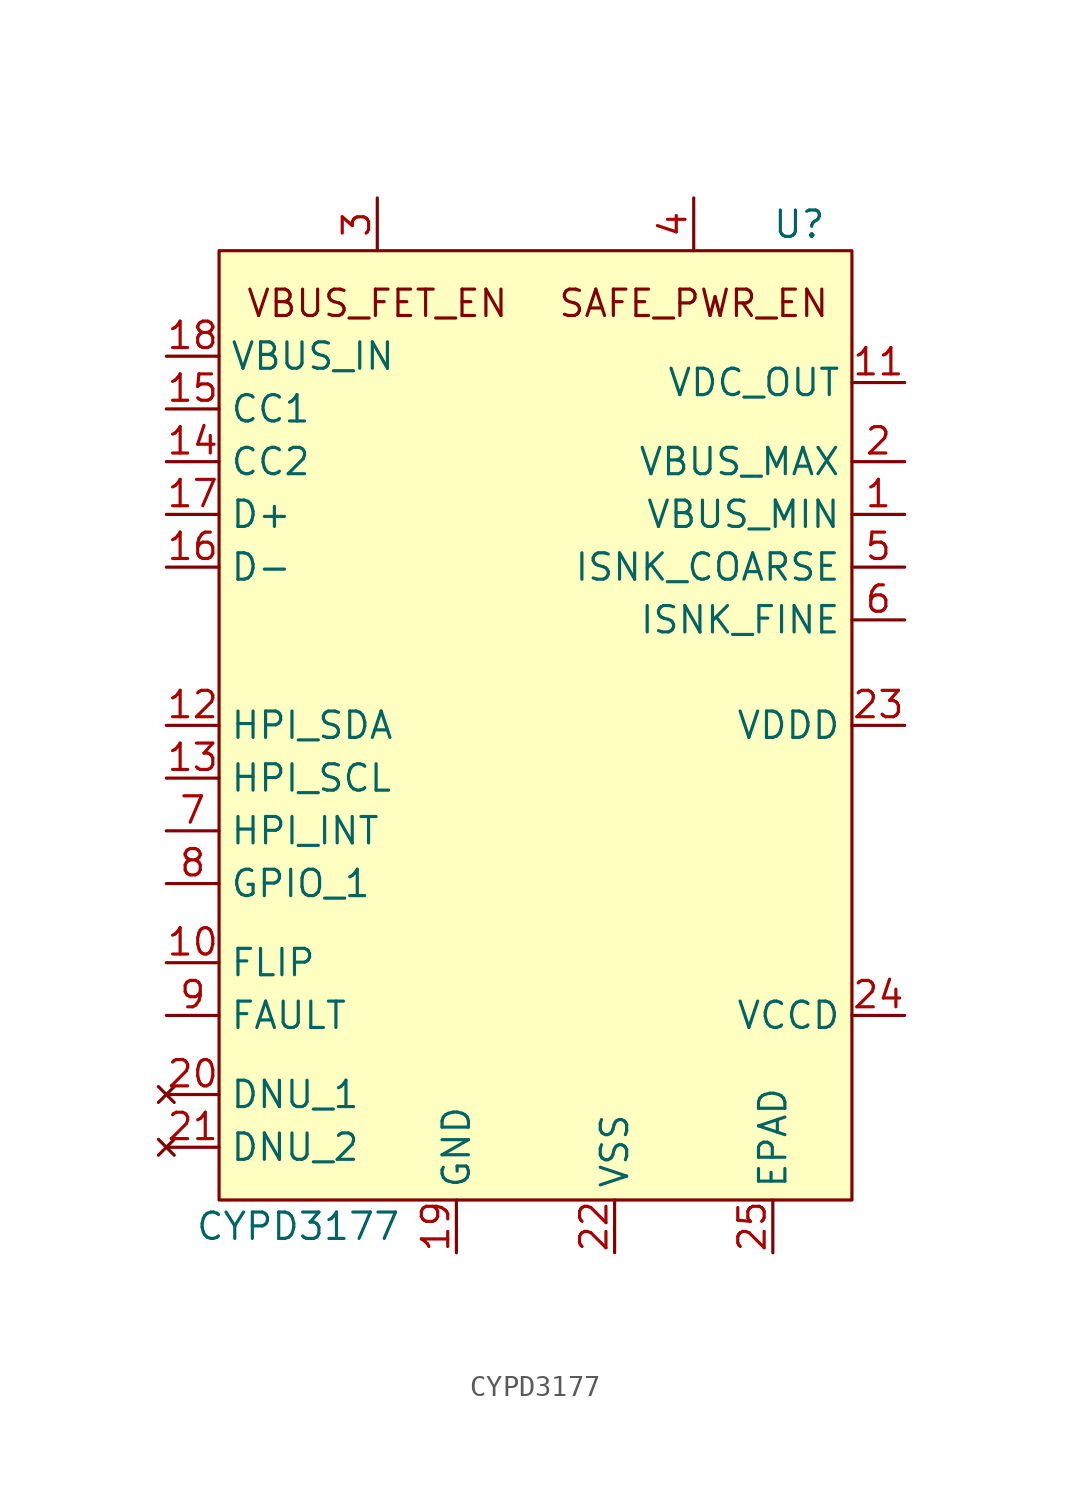
<source format=kicad_sym>
(kicad_symbol_lib
  (version 20220914)
  (generator kicad_symbol_editor)
  (symbol "CYPD3177"
    (property "Reference" "U"
      (at 12.7 24.13 0)
      (effects (font (size 1.27 1.27))))
    (property "Value" "CYPD3177"
      (at -11.43 -24.13 0)
      (effects (font (size 1.27 1.27))))
    (symbol "CYPD3177_1_0"
      (pin power_in line (at 3.81 -25.4 90) (length 2.54) (name "VSS" (effects (font (size 1.27 1.27)))) (number "22" (effects (font (size 1.27 1.27)))))
      (pin power_out line (at 17.78 0 180) (length 2.54) (name "VDDD" (effects (font (size 1.27 1.27)))) (number "23" (effects (font (size 1.27 1.27)))))
      (pin power_out line (at 17.78 -13.97 180) (length 2.54) (name "VCCD" (effects (font (size 1.27 1.27)))) (number "24" (effects (font (size 1.27 1.27)))))
      (pin power_out line (at 11.43 -25.4 90) (length 2.54) (name "EPAD" (effects (font (size 1.27 1.27)))) (number "25" (effects (font (size 1.27 1.27))))))
    (symbol "CYPD3177_1_1"
      (rectangle (start -15.24 22.86) (end 15.24 -22.86) (stroke (width 0) (type default)) (fill (type background)))
      (text "SAFE_PWR_EN" (at 7.62 20.32 0) (effects (font (size 1.27 1.27))))
      (text "VBUS_FET_EN" (at -7.62 20.32 0) (effects (font (size 1.27 1.27))))
      (pin passive line (at 17.78 10.16 180) (length 2.54) (name "VBUS_MIN" (effects (font (size 1.27 1.27)))) (number "1" (effects (font (size 1.27 1.27)))))
      (pin open_collector line (at -17.78 -11.43 0) (length 2.54) (name "FLIP" (effects (font (size 1.27 1.27)))) (number "10" (effects (font (size 1.27 1.27)))))
      (pin passive line (at 17.78 16.51 180) (length 2.54) (name "VDC_OUT" (effects (font (size 1.27 1.27)))) (number "11" (effects (font (size 1.27 1.27)))))
      (pin bidirectional line (at -17.78 0 0) (length 2.54) (name "HPI_SDA" (effects (font (size 1.27 1.27)))) (number "12" (effects (font (size 1.27 1.27)))))
      (pin input line (at -17.78 -2.54 0) (length 2.54) (name "HPI_SCL" (effects (font (size 1.27 1.27)))) (number "13" (effects (font (size 1.27 1.27)))))
      (pin bidirectional line (at -17.78 12.7 0) (length 2.54) (name "CC2" (effects (font (size 1.27 1.27)))) (number "14" (effects (font (size 1.27 1.27)))))
      (pin bidirectional line (at -17.78 15.24 0) (length 2.54) (name "CC1" (effects (font (size 1.27 1.27)))) (number "15" (effects (font (size 1.27 1.27)))))
      (pin bidirectional line (at -17.78 7.62 0) (length 2.54) (name "D-" (effects (font (size 1.27 1.27)))) (number "16" (effects (font (size 1.27 1.27)))))
      (pin bidirectional line (at -17.78 10.16 0) (length 2.54) (name "D+" (effects (font (size 1.27 1.27)))) (number "17" (effects (font (size 1.27 1.27)))))
      (pin power_in line (at -17.78 17.78 0) (length 2.54) (name "VBUS_IN" (effects (font (size 1.27 1.27)))) (number "18" (effects (font (size 1.27 1.27)))))
      (pin power_in line (at -3.81 -25.4 90) (length 2.54) (name "GND" (effects (font (size 1.27 1.27)))) (number "19" (effects (font (size 1.27 1.27)))))
      (pin passive line (at 17.78 12.7 180) (length 2.54) (name "VBUS_MAX" (effects (font (size 1.27 1.27)))) (number "2" (effects (font (size 1.27 1.27)))))
      (pin no_connect line (at -17.78 -17.78 0) (length 2.54) (name "DNU_1" (effects (font (size 1.27 1.27)))) (number "20" (effects (font (size 1.27 1.27)))))
      (pin no_connect line (at -17.78 -20.32 0) (length 2.54) (name "DNU_2" (effects (font (size 1.27 1.27)))) (number "21" (effects (font (size 1.27 1.27)))))
      (pin output line (at -7.62 25.4 270) (length 2.54) (name "~" (effects (font (size 1.27 1.27)))) (number "3" (effects (font (size 1.27 1.27)))))
      (pin passive line (at 7.62 25.4 270) (length 2.54) (name "~" (effects (font (size 1.27 1.27)))) (number "4" (effects (font (size 1.27 1.27)))))
      (pin passive line (at 17.78 7.62 180) (length 2.54) (name "ISNK_COARSE" (effects (font (size 1.27 1.27)))) (number "5" (effects (font (size 1.27 1.27)))))
      (pin passive line (at 17.78 5.08 180) (length 2.54) (name "ISNK_FINE" (effects (font (size 1.27 1.27)))) (number "6" (effects (font (size 1.27 1.27)))))
      (pin output line (at -17.78 -5.08 0) (length 2.54) (name "HPI_INT" (effects (font (size 1.27 1.27)))) (number "7" (effects (font (size 1.27 1.27)))))
      (pin bidirectional line (at -17.78 -7.62 0) (length 2.54) (name "GPIO_1" (effects (font (size 1.27 1.27)))) (number "8" (effects (font (size 1.27 1.27)))))
      (pin output line (at -17.78 -13.97 0) (length 2.54) (name "FAULT" (effects (font (size 1.27 1.27)))) (number "9" (effects (font (size 1.27 1.27))))))))
</source>
